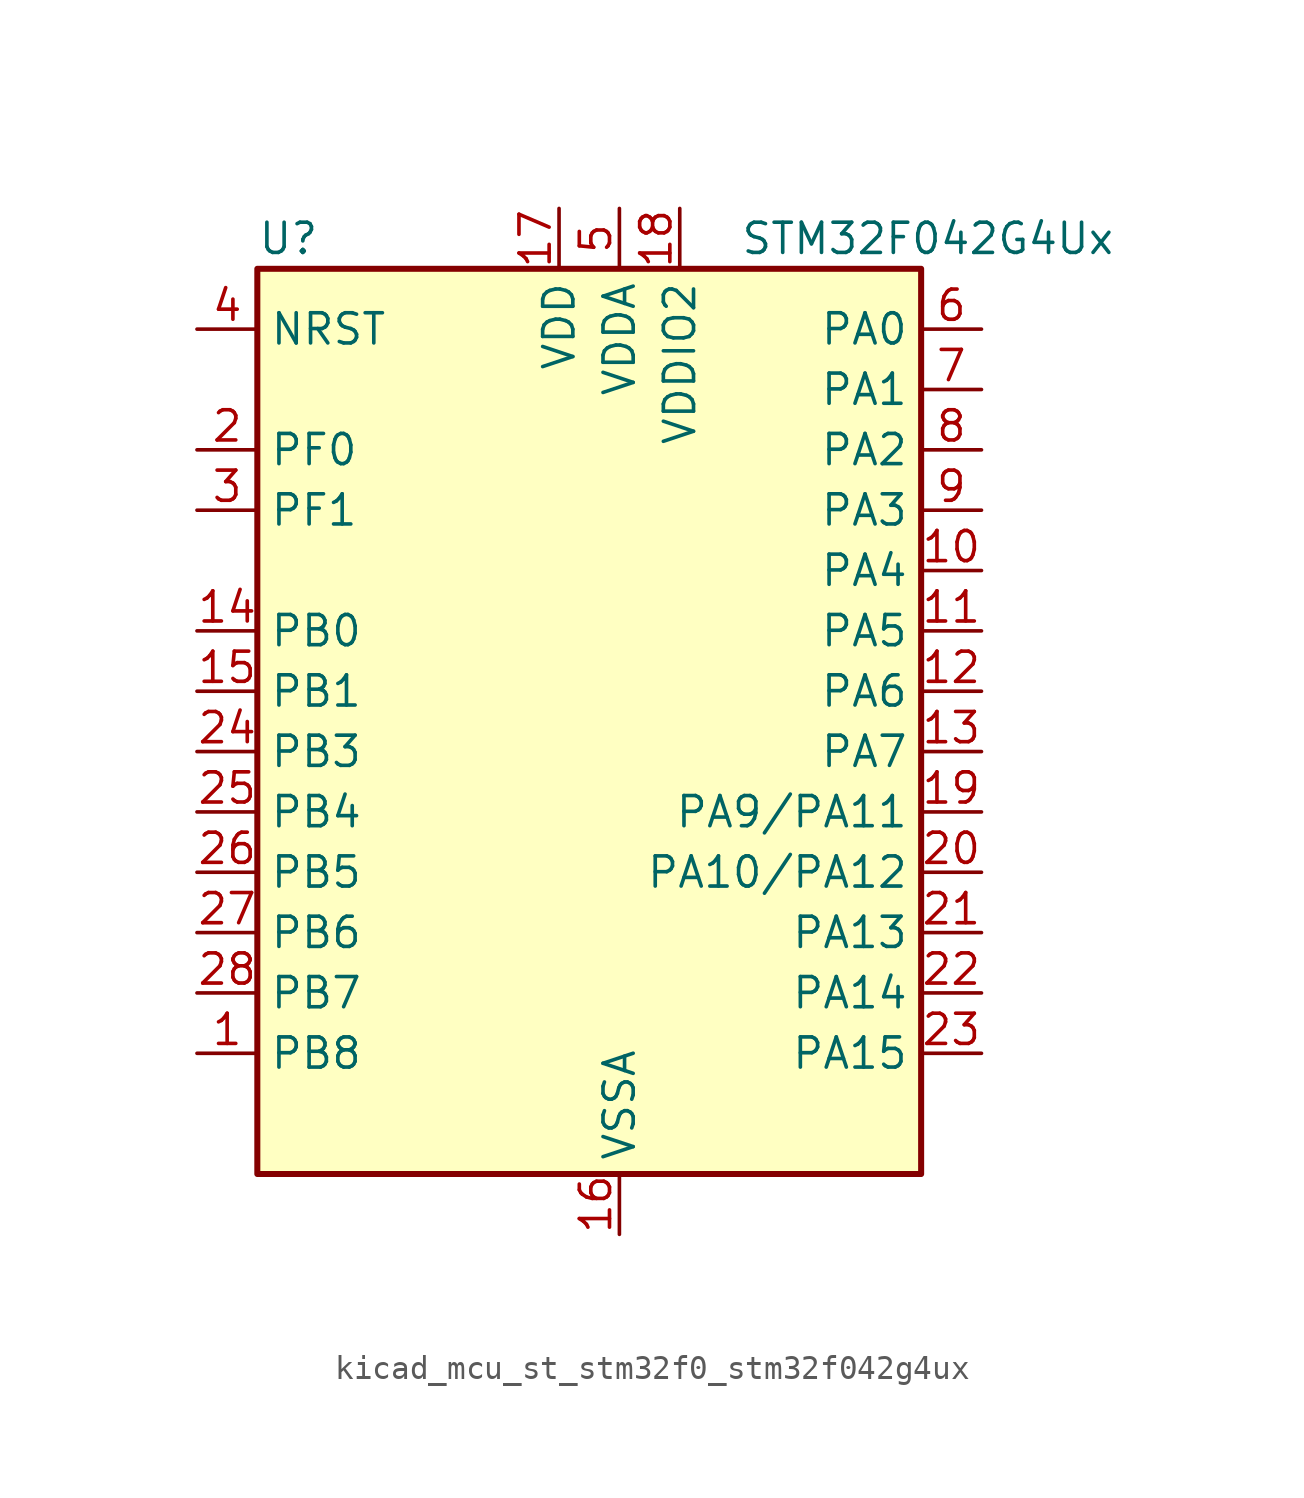
<source format=kicad_sym>
(kicad_symbol_lib
  (version 20220914)
  (generator kicad_symbol_editor)
  (symbol "kicad_mcu_st_stm32f0_stm32f042g4ux"
    (property "Reference" "U"
      (at -12.7 21.59 0)
      (effects (font (size 1.27 1.27)) (justify left)))
    (property "Value" "STM32F042G4Ux"
      (at 7.62 21.59 0)
      (effects (font (size 1.27 1.27)) (justify left)))
    (property "ki_locked" ""
      (at 0 0 0)
      (effects (font (size 1.27 1.27))))
    (symbol "kicad_mcu_st_stm32f0_stm32f042g4ux_0_1"
      (rectangle (start -12.7 -17.78) (end 15.24 20.32) (stroke (width 0.254) (type default)) (fill (type background))))
    (symbol "kicad_mcu_st_stm32f0_stm32f042g4ux_1_1"
      (pin bidirectional line (at -15.24 -12.7 0) (length 2.54) (name "PB8" (effects (font (size 1.27 1.27)))) (number "1" (effects (font (size 1.27 1.27)))) (alternate "CAN_RX" bidirectional line) (alternate "CEC" bidirectional line) (alternate "I2C1_SCL" bidirectional line) (alternate "TIM16_CH1" bidirectional line) (alternate "TSC_SYNC" bidirectional line))
      (pin bidirectional line (at 17.78 7.62 180) (length 2.54) (name "PA4" (effects (font (size 1.27 1.27)))) (number "10" (effects (font (size 1.27 1.27)))) (alternate "ADC_IN4" bidirectional line) (alternate "I2S1_WS" bidirectional line) (alternate "SPI1_NSS" bidirectional line) (alternate "TIM14_CH1" bidirectional line) (alternate "TSC_G2_IO1" bidirectional line) (alternate "USART2_CK" bidirectional line) (alternate "USB_NOE" bidirectional line))
      (pin bidirectional line (at 17.78 5.08 180) (length 2.54) (name "PA5" (effects (font (size 1.27 1.27)))) (number "11" (effects (font (size 1.27 1.27)))) (alternate "ADC_IN5" bidirectional line) (alternate "CEC" bidirectional line) (alternate "I2S1_CK" bidirectional line) (alternate "SPI1_SCK" bidirectional line) (alternate "TIM2_CH1" bidirectional line) (alternate "TIM2_ETR" bidirectional line) (alternate "TSC_G2_IO2" bidirectional line))
      (pin bidirectional line (at 17.78 2.54 180) (length 2.54) (name "PA6" (effects (font (size 1.27 1.27)))) (number "12" (effects (font (size 1.27 1.27)))) (alternate "ADC_IN6" bidirectional line) (alternate "I2S1_MCK" bidirectional line) (alternate "SPI1_MISO" bidirectional line) (alternate "TIM16_CH1" bidirectional line) (alternate "TIM1_BKIN" bidirectional line) (alternate "TIM3_CH1" bidirectional line) (alternate "TSC_G2_IO3" bidirectional line))
      (pin bidirectional line (at 17.78 0 180) (length 2.54) (name "PA7" (effects (font (size 1.27 1.27)))) (number "13" (effects (font (size 1.27 1.27)))) (alternate "ADC_IN7" bidirectional line) (alternate "I2S1_SD" bidirectional line) (alternate "SPI1_MOSI" bidirectional line) (alternate "TIM14_CH1" bidirectional line) (alternate "TIM17_CH1" bidirectional line) (alternate "TIM1_CH1N" bidirectional line) (alternate "TIM3_CH2" bidirectional line) (alternate "TSC_G2_IO4" bidirectional line))
      (pin bidirectional line (at -15.24 5.08 0) (length 2.54) (name "PB0" (effects (font (size 1.27 1.27)))) (number "14" (effects (font (size 1.27 1.27)))) (alternate "ADC_IN8" bidirectional line) (alternate "TIM1_CH2N" bidirectional line) (alternate "TIM3_CH3" bidirectional line) (alternate "TSC_G3_IO2" bidirectional line))
      (pin bidirectional line (at -15.24 2.54 0) (length 2.54) (name "PB1" (effects (font (size 1.27 1.27)))) (number "15" (effects (font (size 1.27 1.27)))) (alternate "ADC_IN9" bidirectional line) (alternate "TIM14_CH1" bidirectional line) (alternate "TIM1_CH3N" bidirectional line) (alternate "TIM3_CH4" bidirectional line) (alternate "TSC_G3_IO3" bidirectional line))
      (pin power_in line (at 2.54 -20.32 90) (length 2.54) (name "VSSA" (effects (font (size 1.27 1.27)))) (number "16" (effects (font (size 1.27 1.27)))))
      (pin power_in line (at 0 22.86 270) (length 2.54) (name "VDD" (effects (font (size 1.27 1.27)))) (number "17" (effects (font (size 1.27 1.27)))))
      (pin power_in line (at 5.08 22.86 270) (length 2.54) (name "VDDIO2" (effects (font (size 1.27 1.27)))) (number "18" (effects (font (size 1.27 1.27)))))
      (pin bidirectional line (at 17.78 -2.54 180) (length 2.54) (name "PA9/PA11" (effects (font (size 1.27 1.27)))) (number "19" (effects (font (size 1.27 1.27)))) (alternate "I2C1_SCL" bidirectional line) (alternate "TIM1_CH2" bidirectional line) (alternate "TSC_G4_IO1" bidirectional line) (alternate "USART1_TX" bidirectional line))
      (pin bidirectional line (at -15.24 12.7 0) (length 2.54) (name "PF0" (effects (font (size 1.27 1.27)))) (number "2" (effects (font (size 1.27 1.27)))) (alternate "CRS_SYNC" bidirectional line) (alternate "I2C1_SDA" bidirectional line) (alternate "RCC_OSC_IN" bidirectional line))
      (pin bidirectional line (at 17.78 -5.08 180) (length 2.54) (name "PA10/PA12" (effects (font (size 1.27 1.27)))) (number "20" (effects (font (size 1.27 1.27)))) (alternate "I2C1_SDA" bidirectional line) (alternate "TIM17_BKIN" bidirectional line) (alternate "TIM1_CH3" bidirectional line) (alternate "TSC_G4_IO2" bidirectional line) (alternate "USART1_RX" bidirectional line))
      (pin bidirectional line (at 17.78 -7.62 180) (length 2.54) (name "PA13" (effects (font (size 1.27 1.27)))) (number "21" (effects (font (size 1.27 1.27)))) (alternate "IR_OUT" bidirectional line) (alternate "SYS_SWDIO" bidirectional line) (alternate "USB_NOE" bidirectional line))
      (pin bidirectional line (at 17.78 -10.16 180) (length 2.54) (name "PA14" (effects (font (size 1.27 1.27)))) (number "22" (effects (font (size 1.27 1.27)))) (alternate "SYS_SWCLK" bidirectional line) (alternate "USART2_TX" bidirectional line))
      (pin bidirectional line (at 17.78 -12.7 180) (length 2.54) (name "PA15" (effects (font (size 1.27 1.27)))) (number "23" (effects (font (size 1.27 1.27)))) (alternate "I2S1_WS" bidirectional line) (alternate "SPI1_NSS" bidirectional line) (alternate "TIM2_CH1" bidirectional line) (alternate "TIM2_ETR" bidirectional line) (alternate "USART2_RX" bidirectional line) (alternate "USB_NOE" bidirectional line))
      (pin bidirectional line (at -15.24 0 0) (length 2.54) (name "PB3" (effects (font (size 1.27 1.27)))) (number "24" (effects (font (size 1.27 1.27)))) (alternate "I2S1_CK" bidirectional line) (alternate "SPI1_SCK" bidirectional line) (alternate "TIM2_CH2" bidirectional line) (alternate "TSC_G5_IO1" bidirectional line))
      (pin bidirectional line (at -15.24 -2.54 0) (length 2.54) (name "PB4" (effects (font (size 1.27 1.27)))) (number "25" (effects (font (size 1.27 1.27)))) (alternate "I2S1_MCK" bidirectional line) (alternate "SPI1_MISO" bidirectional line) (alternate "TIM17_BKIN" bidirectional line) (alternate "TIM3_CH1" bidirectional line) (alternate "TSC_G5_IO2" bidirectional line))
      (pin bidirectional line (at -15.24 -5.08 0) (length 2.54) (name "PB5" (effects (font (size 1.27 1.27)))) (number "26" (effects (font (size 1.27 1.27)))) (alternate "I2C1_SMBA" bidirectional line) (alternate "I2S1_SD" bidirectional line) (alternate "SPI1_MOSI" bidirectional line) (alternate "SYS_WKUP6" bidirectional line) (alternate "TIM16_BKIN" bidirectional line) (alternate "TIM3_CH2" bidirectional line))
      (pin bidirectional line (at -15.24 -7.62 0) (length 2.54) (name "PB6" (effects (font (size 1.27 1.27)))) (number "27" (effects (font (size 1.27 1.27)))) (alternate "I2C1_SCL" bidirectional line) (alternate "TIM16_CH1N" bidirectional line) (alternate "TSC_G5_IO3" bidirectional line) (alternate "USART1_TX" bidirectional line))
      (pin bidirectional line (at -15.24 -10.16 0) (length 2.54) (name "PB7" (effects (font (size 1.27 1.27)))) (number "28" (effects (font (size 1.27 1.27)))) (alternate "I2C1_SDA" bidirectional line) (alternate "TIM17_CH1N" bidirectional line) (alternate "TSC_G5_IO4" bidirectional line) (alternate "USART1_RX" bidirectional line))
      (pin bidirectional line (at -15.24 10.16 0) (length 2.54) (name "PF1" (effects (font (size 1.27 1.27)))) (number "3" (effects (font (size 1.27 1.27)))) (alternate "I2C1_SCL" bidirectional line) (alternate "RCC_OSC_OUT" bidirectional line))
      (pin input line (at -15.24 17.78 0) (length 2.54) (name "NRST" (effects (font (size 1.27 1.27)))) (number "4" (effects (font (size 1.27 1.27)))))
      (pin power_in line (at 2.54 22.86 270) (length 2.54) (name "VDDA" (effects (font (size 1.27 1.27)))) (number "5" (effects (font (size 1.27 1.27)))))
      (pin bidirectional line (at 17.78 17.78 180) (length 2.54) (name "PA0" (effects (font (size 1.27 1.27)))) (number "6" (effects (font (size 1.27 1.27)))) (alternate "ADC_IN0" bidirectional line) (alternate "RTC_TAMP2" bidirectional line) (alternate "SYS_WKUP1" bidirectional line) (alternate "TIM2_CH1" bidirectional line) (alternate "TIM2_ETR" bidirectional line) (alternate "TSC_G1_IO1" bidirectional line) (alternate "USART2_CTS" bidirectional line))
      (pin bidirectional line (at 17.78 15.24 180) (length 2.54) (name "PA1" (effects (font (size 1.27 1.27)))) (number "7" (effects (font (size 1.27 1.27)))) (alternate "ADC_IN1" bidirectional line) (alternate "TIM2_CH2" bidirectional line) (alternate "TSC_G1_IO2" bidirectional line) (alternate "USART2_DE" bidirectional line) (alternate "USART2_RTS" bidirectional line))
      (pin bidirectional line (at 17.78 12.7 180) (length 2.54) (name "PA2" (effects (font (size 1.27 1.27)))) (number "8" (effects (font (size 1.27 1.27)))) (alternate "ADC_IN2" bidirectional line) (alternate "SYS_WKUP4" bidirectional line) (alternate "TIM2_CH3" bidirectional line) (alternate "TSC_G1_IO3" bidirectional line) (alternate "USART2_TX" bidirectional line))
      (pin bidirectional line (at 17.78 10.16 180) (length 2.54) (name "PA3" (effects (font (size 1.27 1.27)))) (number "9" (effects (font (size 1.27 1.27)))) (alternate "ADC_IN3" bidirectional line) (alternate "TIM2_CH4" bidirectional line) (alternate "TSC_G1_IO4" bidirectional line) (alternate "USART2_RX" bidirectional line)))))
</source>
